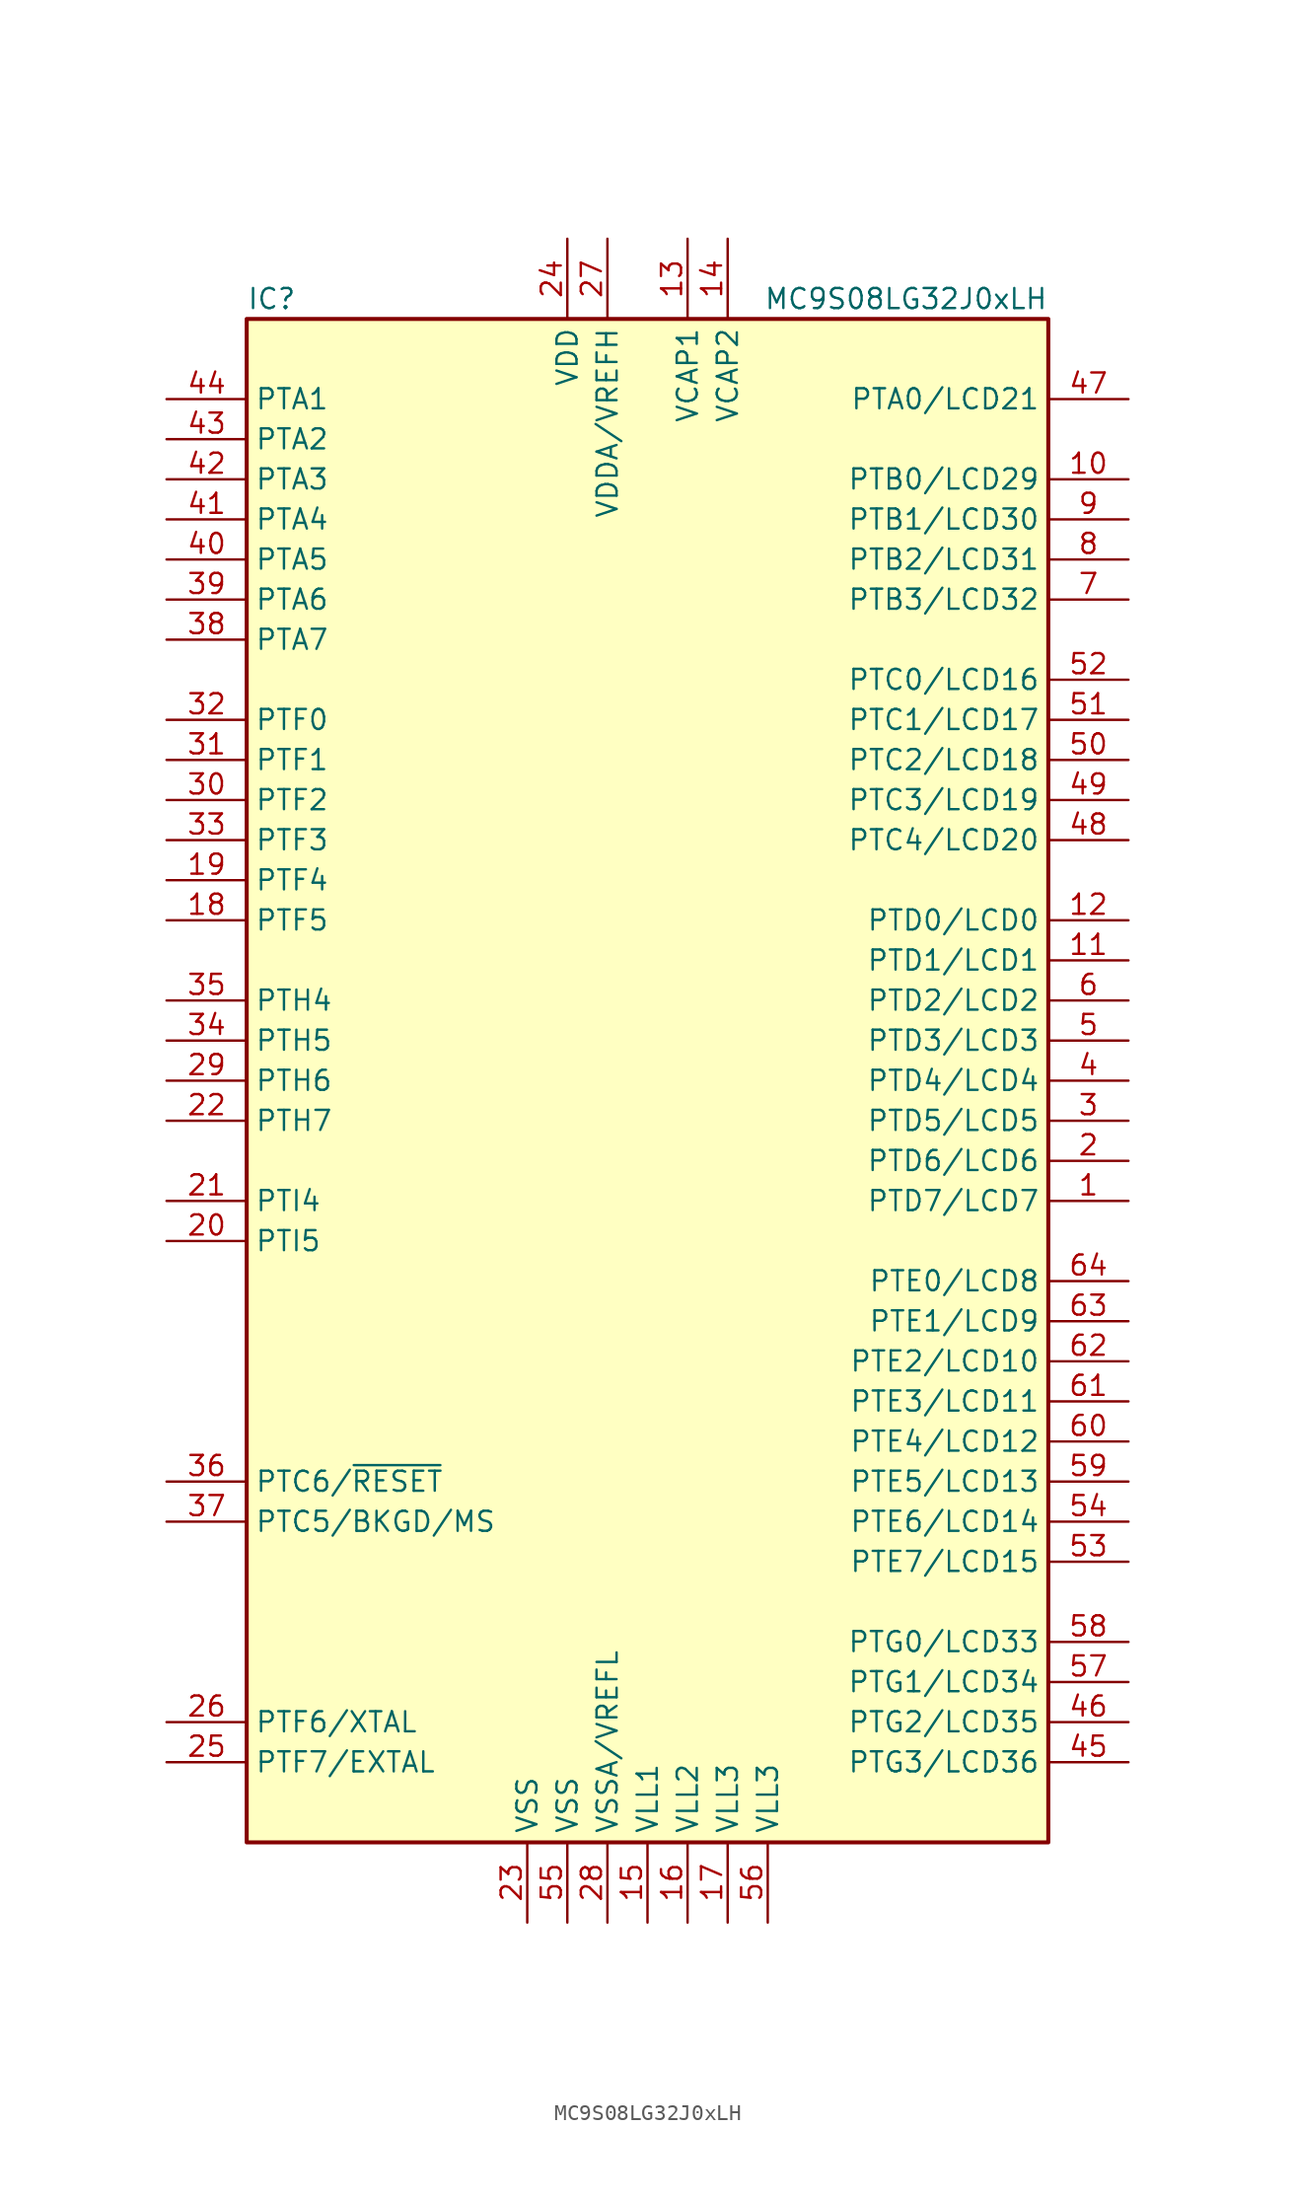
<source format=kicad_sym>
(kicad_symbol_lib
  (version 20201005)
  (generator kicad_symbol_editor)
  (symbol "MCU_NXP_S08:MC9S08LG32J0xLH"
    (property "Reference" "IC"
      (at -25.4 49.53 0)
      (effects (font (size 1.27 1.27)) (justify left)))
    (property "Value" "MC9S08LG32J0xLH"
      (at 25.4 49.53 0)
      (effects (font (size 1.27 1.27)) (justify right)))
    (symbol "MC9S08LG32J0xLH_0_1"
      (rectangle (start -25.4 48.26) (end 25.4 -48.26) (stroke (width 0.254)) (fill (type background))))
    (symbol "MC9S08LG32J0xLH_1_1"
      (pin bidirectional line (at 30.48 -7.62 180) (length 5.08) (name "PTD7/LCD7" (effects (font (size 1.27 1.27)))) (number "1" (effects (font (size 1.27 1.27)))))
      (pin bidirectional line (at 30.48 38.1 180) (length 5.08) (name "PTB0/LCD29" (effects (font (size 1.27 1.27)))) (number "10" (effects (font (size 1.27 1.27)))))
      (pin bidirectional line (at 30.48 7.62 180) (length 5.08) (name "PTD1/LCD1" (effects (font (size 1.27 1.27)))) (number "11" (effects (font (size 1.27 1.27)))))
      (pin bidirectional line (at 30.48 10.16 180) (length 5.08) (name "PTD0/LCD0" (effects (font (size 1.27 1.27)))) (number "12" (effects (font (size 1.27 1.27)))))
      (pin power_in line (at 2.54 53.34 270) (length 5.08) (name "VCAP1" (effects (font (size 1.27 1.27)))) (number "13" (effects (font (size 1.27 1.27)))))
      (pin power_in line (at 5.08 53.34 270) (length 5.08) (name "VCAP2" (effects (font (size 1.27 1.27)))) (number "14" (effects (font (size 1.27 1.27)))))
      (pin power_in line (at 0 -53.34 90) (length 5.08) (name "VLL1" (effects (font (size 1.27 1.27)))) (number "15" (effects (font (size 1.27 1.27)))))
      (pin power_in line (at 2.54 -53.34 90) (length 5.08) (name "VLL2" (effects (font (size 1.27 1.27)))) (number "16" (effects (font (size 1.27 1.27)))))
      (pin power_in line (at 5.08 -53.34 90) (length 5.08) (name "VLL3" (effects (font (size 1.27 1.27)))) (number "17" (effects (font (size 1.27 1.27)))))
      (pin bidirectional line (at -30.48 10.16 0) (length 5.08) (name "PTF5" (effects (font (size 1.27 1.27)))) (number "18" (effects (font (size 1.27 1.27)))))
      (pin bidirectional line (at -30.48 12.7 0) (length 5.08) (name "PTF4" (effects (font (size 1.27 1.27)))) (number "19" (effects (font (size 1.27 1.27)))))
      (pin bidirectional line (at 30.48 -5.08 180) (length 5.08) (name "PTD6/LCD6" (effects (font (size 1.27 1.27)))) (number "2" (effects (font (size 1.27 1.27)))))
      (pin bidirectional line (at -30.48 -10.16 0) (length 5.08) (name "PTI5" (effects (font (size 1.27 1.27)))) (number "20" (effects (font (size 1.27 1.27)))))
      (pin bidirectional line (at -30.48 -7.62 0) (length 5.08) (name "PTI4" (effects (font (size 1.27 1.27)))) (number "21" (effects (font (size 1.27 1.27)))))
      (pin bidirectional line (at -30.48 -2.54 0) (length 5.08) (name "PTH7" (effects (font (size 1.27 1.27)))) (number "22" (effects (font (size 1.27 1.27)))))
      (pin power_in line (at -7.62 -53.34 90) (length 5.08) (name "VSS" (effects (font (size 1.27 1.27)))) (number "23" (effects (font (size 1.27 1.27)))))
      (pin power_in line (at -5.08 53.34 270) (length 5.08) (name "VDD" (effects (font (size 1.27 1.27)))) (number "24" (effects (font (size 1.27 1.27)))))
      (pin bidirectional line (at -30.48 -43.18 0) (length 5.08) (name "PTF7/EXTAL" (effects (font (size 1.27 1.27)))) (number "25" (effects (font (size 1.27 1.27)))))
      (pin bidirectional line (at -30.48 -40.64 0) (length 5.08) (name "PTF6/XTAL" (effects (font (size 1.27 1.27)))) (number "26" (effects (font (size 1.27 1.27)))))
      (pin power_in line (at -2.54 53.34 270) (length 5.08) (name "VDDA/VREFH" (effects (font (size 1.27 1.27)))) (number "27" (effects (font (size 1.27 1.27)))))
      (pin power_in line (at -2.54 -53.34 90) (length 5.08) (name "VSSA/VREFL" (effects (font (size 1.27 1.27)))) (number "28" (effects (font (size 1.27 1.27)))))
      (pin bidirectional line (at -30.48 0 0) (length 5.08) (name "PTH6" (effects (font (size 1.27 1.27)))) (number "29" (effects (font (size 1.27 1.27)))))
      (pin bidirectional line (at 30.48 -2.54 180) (length 5.08) (name "PTD5/LCD5" (effects (font (size 1.27 1.27)))) (number "3" (effects (font (size 1.27 1.27)))))
      (pin bidirectional line (at -30.48 17.78 0) (length 5.08) (name "PTF2" (effects (font (size 1.27 1.27)))) (number "30" (effects (font (size 1.27 1.27)))))
      (pin bidirectional line (at -30.48 20.32 0) (length 5.08) (name "PTF1" (effects (font (size 1.27 1.27)))) (number "31" (effects (font (size 1.27 1.27)))))
      (pin bidirectional line (at -30.48 22.86 0) (length 5.08) (name "PTF0" (effects (font (size 1.27 1.27)))) (number "32" (effects (font (size 1.27 1.27)))))
      (pin bidirectional line (at -30.48 15.24 0) (length 5.08) (name "PTF3" (effects (font (size 1.27 1.27)))) (number "33" (effects (font (size 1.27 1.27)))))
      (pin bidirectional line (at -30.48 2.54 0) (length 5.08) (name "PTH5" (effects (font (size 1.27 1.27)))) (number "34" (effects (font (size 1.27 1.27)))))
      (pin bidirectional line (at -30.48 5.08 0) (length 5.08) (name "PTH4" (effects (font (size 1.27 1.27)))) (number "35" (effects (font (size 1.27 1.27)))))
      (pin bidirectional line (at -30.48 -25.4 0) (length 5.08) (name "PTC6/~RESET" (effects (font (size 1.27 1.27)))) (number "36" (effects (font (size 1.27 1.27)))))
      (pin bidirectional line (at -30.48 -27.94 0) (length 5.08) (name "PTC5/BKGD/MS" (effects (font (size 1.27 1.27)))) (number "37" (effects (font (size 1.27 1.27)))))
      (pin bidirectional line (at -30.48 27.94 0) (length 5.08) (name "PTA7" (effects (font (size 1.27 1.27)))) (number "38" (effects (font (size 1.27 1.27)))))
      (pin bidirectional line (at -30.48 30.48 0) (length 5.08) (name "PTA6" (effects (font (size 1.27 1.27)))) (number "39" (effects (font (size 1.27 1.27)))))
      (pin bidirectional line (at 30.48 0 180) (length 5.08) (name "PTD4/LCD4" (effects (font (size 1.27 1.27)))) (number "4" (effects (font (size 1.27 1.27)))))
      (pin bidirectional line (at -30.48 33.02 0) (length 5.08) (name "PTA5" (effects (font (size 1.27 1.27)))) (number "40" (effects (font (size 1.27 1.27)))))
      (pin bidirectional line (at -30.48 35.56 0) (length 5.08) (name "PTA4" (effects (font (size 1.27 1.27)))) (number "41" (effects (font (size 1.27 1.27)))))
      (pin bidirectional line (at -30.48 38.1 0) (length 5.08) (name "PTA3" (effects (font (size 1.27 1.27)))) (number "42" (effects (font (size 1.27 1.27)))))
      (pin bidirectional line (at -30.48 40.64 0) (length 5.08) (name "PTA2" (effects (font (size 1.27 1.27)))) (number "43" (effects (font (size 1.27 1.27)))))
      (pin bidirectional line (at -30.48 43.18 0) (length 5.08) (name "PTA1" (effects (font (size 1.27 1.27)))) (number "44" (effects (font (size 1.27 1.27)))))
      (pin bidirectional line (at 30.48 -43.18 180) (length 5.08) (name "PTG3/LCD36" (effects (font (size 1.27 1.27)))) (number "45" (effects (font (size 1.27 1.27)))))
      (pin bidirectional line (at 30.48 -40.64 180) (length 5.08) (name "PTG2/LCD35" (effects (font (size 1.27 1.27)))) (number "46" (effects (font (size 1.27 1.27)))))
      (pin bidirectional line (at 30.48 43.18 180) (length 5.08) (name "PTA0/LCD21" (effects (font (size 1.27 1.27)))) (number "47" (effects (font (size 1.27 1.27)))))
      (pin bidirectional line (at 30.48 15.24 180) (length 5.08) (name "PTC4/LCD20" (effects (font (size 1.27 1.27)))) (number "48" (effects (font (size 1.27 1.27)))))
      (pin bidirectional line (at 30.48 17.78 180) (length 5.08) (name "PTC3/LCD19" (effects (font (size 1.27 1.27)))) (number "49" (effects (font (size 1.27 1.27)))))
      (pin bidirectional line (at 30.48 2.54 180) (length 5.08) (name "PTD3/LCD3" (effects (font (size 1.27 1.27)))) (number "5" (effects (font (size 1.27 1.27)))))
      (pin bidirectional line (at 30.48 20.32 180) (length 5.08) (name "PTC2/LCD18" (effects (font (size 1.27 1.27)))) (number "50" (effects (font (size 1.27 1.27)))))
      (pin bidirectional line (at 30.48 22.86 180) (length 5.08) (name "PTC1/LCD17" (effects (font (size 1.27 1.27)))) (number "51" (effects (font (size 1.27 1.27)))))
      (pin bidirectional line (at 30.48 25.4 180) (length 5.08) (name "PTC0/LCD16" (effects (font (size 1.27 1.27)))) (number "52" (effects (font (size 1.27 1.27)))))
      (pin bidirectional line (at 30.48 -30.48 180) (length 5.08) (name "PTE7/LCD15" (effects (font (size 1.27 1.27)))) (number "53" (effects (font (size 1.27 1.27)))))
      (pin bidirectional line (at 30.48 -27.94 180) (length 5.08) (name "PTE6/LCD14" (effects (font (size 1.27 1.27)))) (number "54" (effects (font (size 1.27 1.27)))))
      (pin power_in line (at -5.08 -53.34 90) (length 5.08) (name "VSS" (effects (font (size 1.27 1.27)))) (number "55" (effects (font (size 1.27 1.27)))))
      (pin power_in line (at 7.62 -53.34 90) (length 5.08) (name "VLL3" (effects (font (size 1.27 1.27)))) (number "56" (effects (font (size 1.27 1.27)))))
      (pin bidirectional line (at 30.48 -38.1 180) (length 5.08) (name "PTG1/LCD34" (effects (font (size 1.27 1.27)))) (number "57" (effects (font (size 1.27 1.27)))))
      (pin bidirectional line (at 30.48 -35.56 180) (length 5.08) (name "PTG0/LCD33" (effects (font (size 1.27 1.27)))) (number "58" (effects (font (size 1.27 1.27)))))
      (pin bidirectional line (at 30.48 -25.4 180) (length 5.08) (name "PTE5/LCD13" (effects (font (size 1.27 1.27)))) (number "59" (effects (font (size 1.27 1.27)))))
      (pin bidirectional line (at 30.48 5.08 180) (length 5.08) (name "PTD2/LCD2" (effects (font (size 1.27 1.27)))) (number "6" (effects (font (size 1.27 1.27)))))
      (pin bidirectional line (at 30.48 -22.86 180) (length 5.08) (name "PTE4/LCD12" (effects (font (size 1.27 1.27)))) (number "60" (effects (font (size 1.27 1.27)))))
      (pin bidirectional line (at 30.48 -20.32 180) (length 5.08) (name "PTE3/LCD11" (effects (font (size 1.27 1.27)))) (number "61" (effects (font (size 1.27 1.27)))))
      (pin bidirectional line (at 30.48 -17.78 180) (length 5.08) (name "PTE2/LCD10" (effects (font (size 1.27 1.27)))) (number "62" (effects (font (size 1.27 1.27)))))
      (pin bidirectional line (at 30.48 -15.24 180) (length 5.08) (name "PTE1/LCD9" (effects (font (size 1.27 1.27)))) (number "63" (effects (font (size 1.27 1.27)))))
      (pin bidirectional line (at 30.48 -12.7 180) (length 5.08) (name "PTE0/LCD8" (effects (font (size 1.27 1.27)))) (number "64" (effects (font (size 1.27 1.27)))))
      (pin bidirectional line (at 30.48 30.48 180) (length 5.08) (name "PTB3/LCD32" (effects (font (size 1.27 1.27)))) (number "7" (effects (font (size 1.27 1.27)))))
      (pin bidirectional line (at 30.48 33.02 180) (length 5.08) (name "PTB2/LCD31" (effects (font (size 1.27 1.27)))) (number "8" (effects (font (size 1.27 1.27)))))
      (pin bidirectional line (at 30.48 35.56 180) (length 5.08) (name "PTB1/LCD30" (effects (font (size 1.27 1.27)))) (number "9" (effects (font (size 1.27 1.27))))))))
</source>
